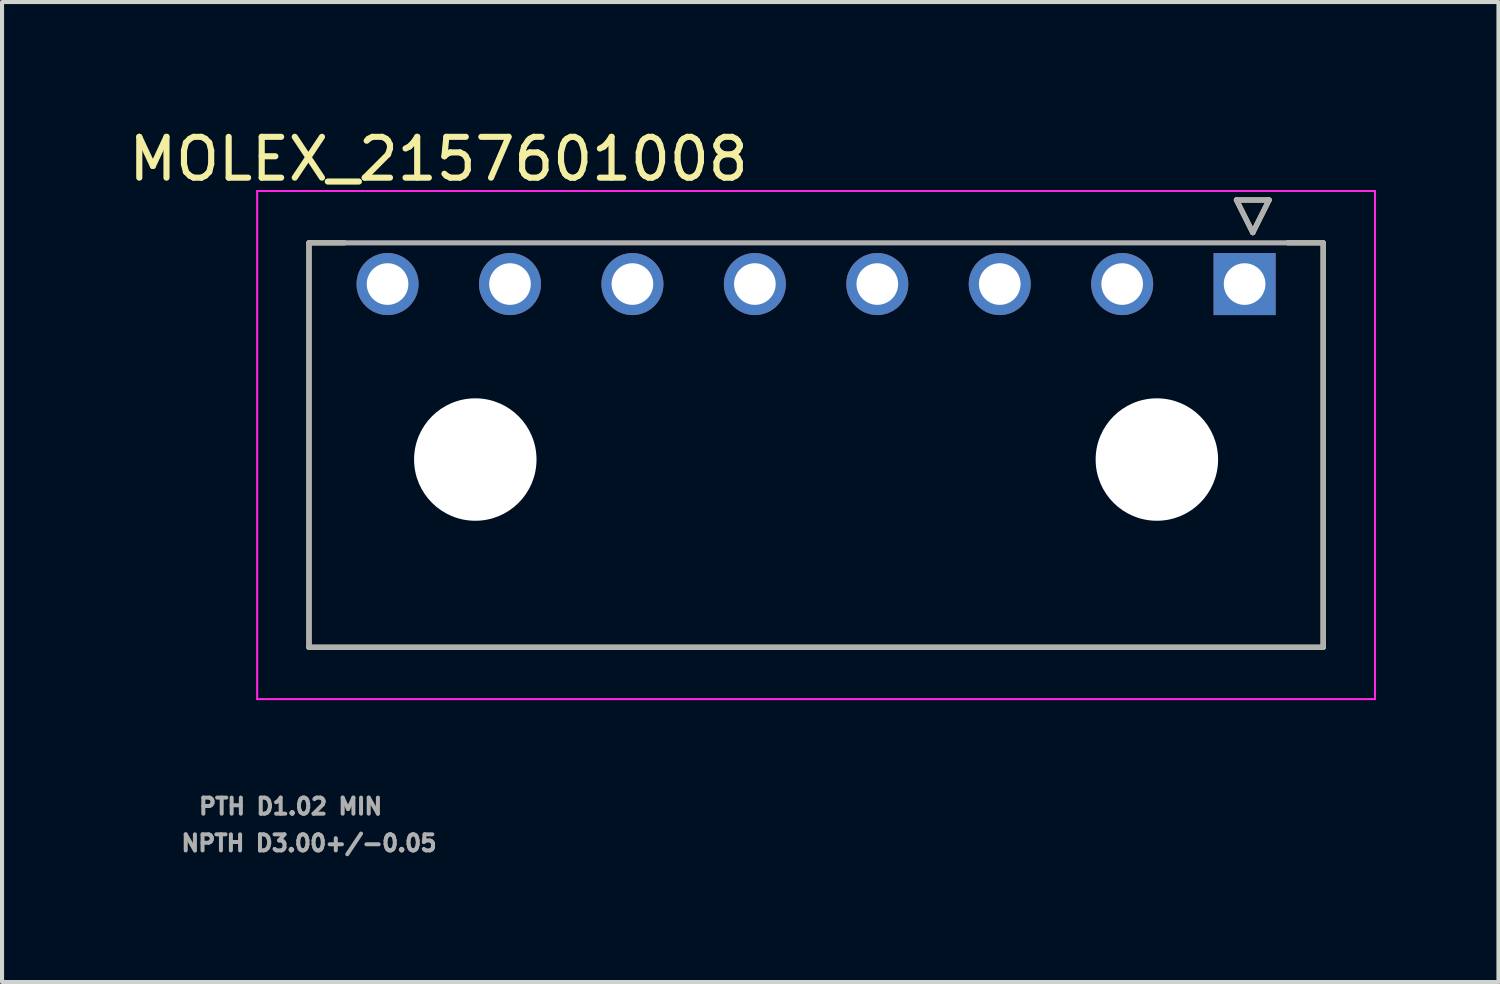
<source format=kicad_pcb>
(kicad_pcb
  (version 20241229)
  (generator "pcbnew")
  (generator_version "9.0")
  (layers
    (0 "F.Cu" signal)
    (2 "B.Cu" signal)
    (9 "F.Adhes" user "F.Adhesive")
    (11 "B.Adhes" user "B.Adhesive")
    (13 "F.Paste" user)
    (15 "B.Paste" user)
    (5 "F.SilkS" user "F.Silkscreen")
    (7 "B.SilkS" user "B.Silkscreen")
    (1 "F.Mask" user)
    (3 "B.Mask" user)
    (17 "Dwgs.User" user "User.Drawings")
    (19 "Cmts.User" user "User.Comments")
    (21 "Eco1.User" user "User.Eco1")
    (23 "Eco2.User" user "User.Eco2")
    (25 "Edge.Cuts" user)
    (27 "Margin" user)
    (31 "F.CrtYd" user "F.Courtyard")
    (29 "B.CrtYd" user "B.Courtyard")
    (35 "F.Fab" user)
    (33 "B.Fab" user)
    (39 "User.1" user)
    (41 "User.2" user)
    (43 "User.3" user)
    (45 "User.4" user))
  (footprint "MOLEX_2157601008"
    (layer "F.Cu")
    (at 27.446 3.91)
    (property "Reference" "MOLEX_2157601008" (at -19.75 -3.062 0) (layer "F.SilkS") (effects (font (size 1 1) (thickness 0.15))))
    (attr through_hole)
    (fp_circle (center -21 0) (end -20.582 0) (stroke (width 0.836) (type solid)) (fill no) (layer "F.Mask"))
    (fp_circle (center -18.85 4.3) (end -18.062 4.3) (stroke (width 1.576) (type solid)) (fill no) (layer "F.Mask"))
    (fp_circle (center -18 0) (end -17.582 0) (stroke (width 0.836) (type solid)) (fill no) (layer "F.Mask"))
    (fp_circle (center -15 0) (end -14.582 0) (stroke (width 0.836) (type solid)) (fill no) (layer "F.Mask"))
    (fp_circle (center -12 0) (end -11.582 0) (stroke (width 0.836) (type solid)) (fill no) (layer "F.Mask"))
    (fp_circle (center -9 0) (end -8.582 0) (stroke (width 0.836) (type solid)) (fill no) (layer "F.Mask"))
    (fp_circle (center -6 0) (end -5.582 0) (stroke (width 0.836) (type solid)) (fill no) (layer "F.Mask"))
    (fp_circle (center -3 0) (end -2.582 0) (stroke (width 0.836) (type solid)) (fill no) (layer "F.Mask"))
    (fp_circle (center -2.15 4.3) (end -1.362 4.3) (stroke (width 1.576) (type solid)) (fill no) (layer "F.Mask"))
    (fp_poly (pts (xy -0.836 -0.836) (xy 0.836 -0.836) (xy 0.836 0.836) (xy -0.836 0.836)) (stroke (width 0.01) (type solid)) (fill yes) (layer "F.Mask"))
    (fp_circle (center -21 0) (end -20.582 0) (stroke (width 0.836) (type solid)) (fill no) (layer "B.Mask"))
    (fp_circle (center -18.85 4.3) (end -18.062 4.3) (stroke (width 1.576) (type solid)) (fill no) (layer "B.Mask"))
    (fp_circle (center -18 0) (end -17.582 0) (stroke (width 0.836) (type solid)) (fill no) (layer "B.Mask"))
    (fp_circle (center -15 0) (end -14.582 0) (stroke (width 0.836) (type solid)) (fill no) (layer "B.Mask"))
    (fp_circle (center -12 0) (end -11.582 0) (stroke (width 0.836) (type solid)) (fill no) (layer "B.Mask"))
    (fp_circle (center -9 0) (end -8.582 0) (stroke (width 0.836) (type solid)) (fill no) (layer "B.Mask"))
    (fp_circle (center -6 0) (end -5.582 0) (stroke (width 0.836) (type solid)) (fill no) (layer "B.Mask"))
    (fp_circle (center -3 0) (end -2.582 0) (stroke (width 0.836) (type solid)) (fill no) (layer "B.Mask"))
    (fp_circle (center -2.15 4.3) (end -1.362 4.3) (stroke (width 1.576) (type solid)) (fill no) (layer "B.Mask"))
    (fp_poly (pts (xy -0.836 -0.836) (xy 0.836 -0.836) (xy 0.836 0.836) (xy -0.836 0.836)) (stroke (width 0.01) (type solid)) (fill yes) (layer "B.Mask"))
    (fp_line (start -22.925 -1.01) (end -22.925 8.9) (stroke (width 0.127) (type solid)) (layer "F.SilkS"))
    (fp_line (start -22.925 -1.01) (end -22.06 -1.01) (stroke (width 0.127) (type solid)) (layer "F.SilkS"))
    (fp_line (start -0.2 -2.06) (end 0.6 -2.06) (stroke (width 0.127) (type solid)) (layer "F.SilkS"))
    (fp_line (start 0.2 -1.26) (end -0.2 -2.06) (stroke (width 0.127) (type solid)) (layer "F.SilkS"))
    (fp_line (start 0.6 -2.06) (end 0.2 -1.26) (stroke (width 0.127) (type solid)) (layer "F.SilkS"))
    (fp_line (start 1.925 -1.01) (end 1.06 -1.01) (stroke (width 0.127) (type solid)) (layer "F.SilkS"))
    (fp_line (start 1.925 -1.01) (end 1.925 8.9) (stroke (width 0.127) (type solid)) (layer "F.SilkS"))
    (fp_line (start 1.925 8.9) (end -22.925 8.9) (stroke (width 0.127) (type solid)) (layer "F.SilkS"))
    (fp_line (start -24.195 -2.28) (end 3.195 -2.28) (stroke (width 0.05) (type solid)) (layer "F.CrtYd"))
    (fp_line (start -24.195 10.17) (end -24.195 -2.28) (stroke (width 0.05) (type solid)) (layer "F.CrtYd"))
    (fp_line (start 3.195 10.17) (end -24.195 10.17) (stroke (width 0.05) (type solid)) (layer "F.CrtYd"))
    (fp_line (start 3.195 10.17) (end 3.195 -2.28) (stroke (width 0.05) (type solid)) (layer "F.CrtYd"))
    (fp_line (start -22.925 -1.01) (end 1.925 -1.01) (stroke (width 0.127) (type solid)) (layer "F.Fab"))
    (fp_line (start -22.925 8.9) (end -22.925 -1.01) (stroke (width 0.127) (type solid)) (layer "F.Fab"))
    (fp_line (start -0.2 -2.06) (end 0.6 -2.06) (stroke (width 0.127) (type solid)) (layer "F.Fab"))
    (fp_line (start 0.2 -1.26) (end -0.2 -2.06) (stroke (width 0.127) (type solid)) (layer "F.Fab"))
    (fp_line (start 0.6 -2.06) (end 0.2 -1.26) (stroke (width 0.127) (type solid)) (layer "F.Fab"))
    (fp_line (start 1.925 8.9) (end -22.925 8.9) (stroke (width 0.127) (type solid)) (layer "F.Fab"))
    (fp_line (start 1.925 8.9) (end 1.925 -1.01) (stroke (width 0.127) (type solid)) (layer "F.Fab"))
    (fp_text user "NPTH D3.00+/-0.05" (at -22.925 13.7 0) (layer "F.Fab") (effects (font (size 0.394 0.394) (thickness 0.098))))
    (fp_text user "PTH D1.02 MIN   " (at -22.925 12.8 0) (layer "F.Fab") (effects (font (size 0.394 0.394) (thickness 0.098))))
    (pad "" np_thru_hole circle (at -18.85 4.3) (size 3 3) (drill 3) (layers "*.Cu" "*.Mask"))
    (pad "" np_thru_hole circle (at -2.15 4.3) (size 3 3) (drill 3) (layers "*.Cu" "*.Mask"))
    (pad "1" thru_hole rect (at 0 0) (size 1.52 1.52) (drill 1.02) (layers "*.Cu"))
    (pad "2" thru_hole circle (at -3 0) (size 1.52 1.52) (drill 1.02) (layers "*.Cu"))
    (pad "3" thru_hole circle (at -6 0) (size 1.52 1.52) (drill 1.02) (layers "*.Cu"))
    (pad "4" thru_hole circle (at -9 0) (size 1.52 1.52) (drill 1.02) (layers "*.Cu"))
    (pad "5" thru_hole circle (at -12 0) (size 1.52 1.52) (drill 1.02) (layers "*.Cu"))
    (pad "6" thru_hole circle (at -15 0) (size 1.52 1.52) (drill 1.02) (layers "*.Cu"))
    (pad "7" thru_hole circle (at -18 0) (size 1.52 1.52) (drill 1.02) (layers "*.Cu"))
    (pad "8" thru_hole circle (at -21 0) (size 1.52 1.52) (drill 1.02) (layers "*.Cu")))
  (gr_rect
    (start -3 -3)
    (end 33.666 21.013)
    (stroke (width 0.1) (type default))
    (fill no)
    (layer "Edge.Cuts")))
</source>
